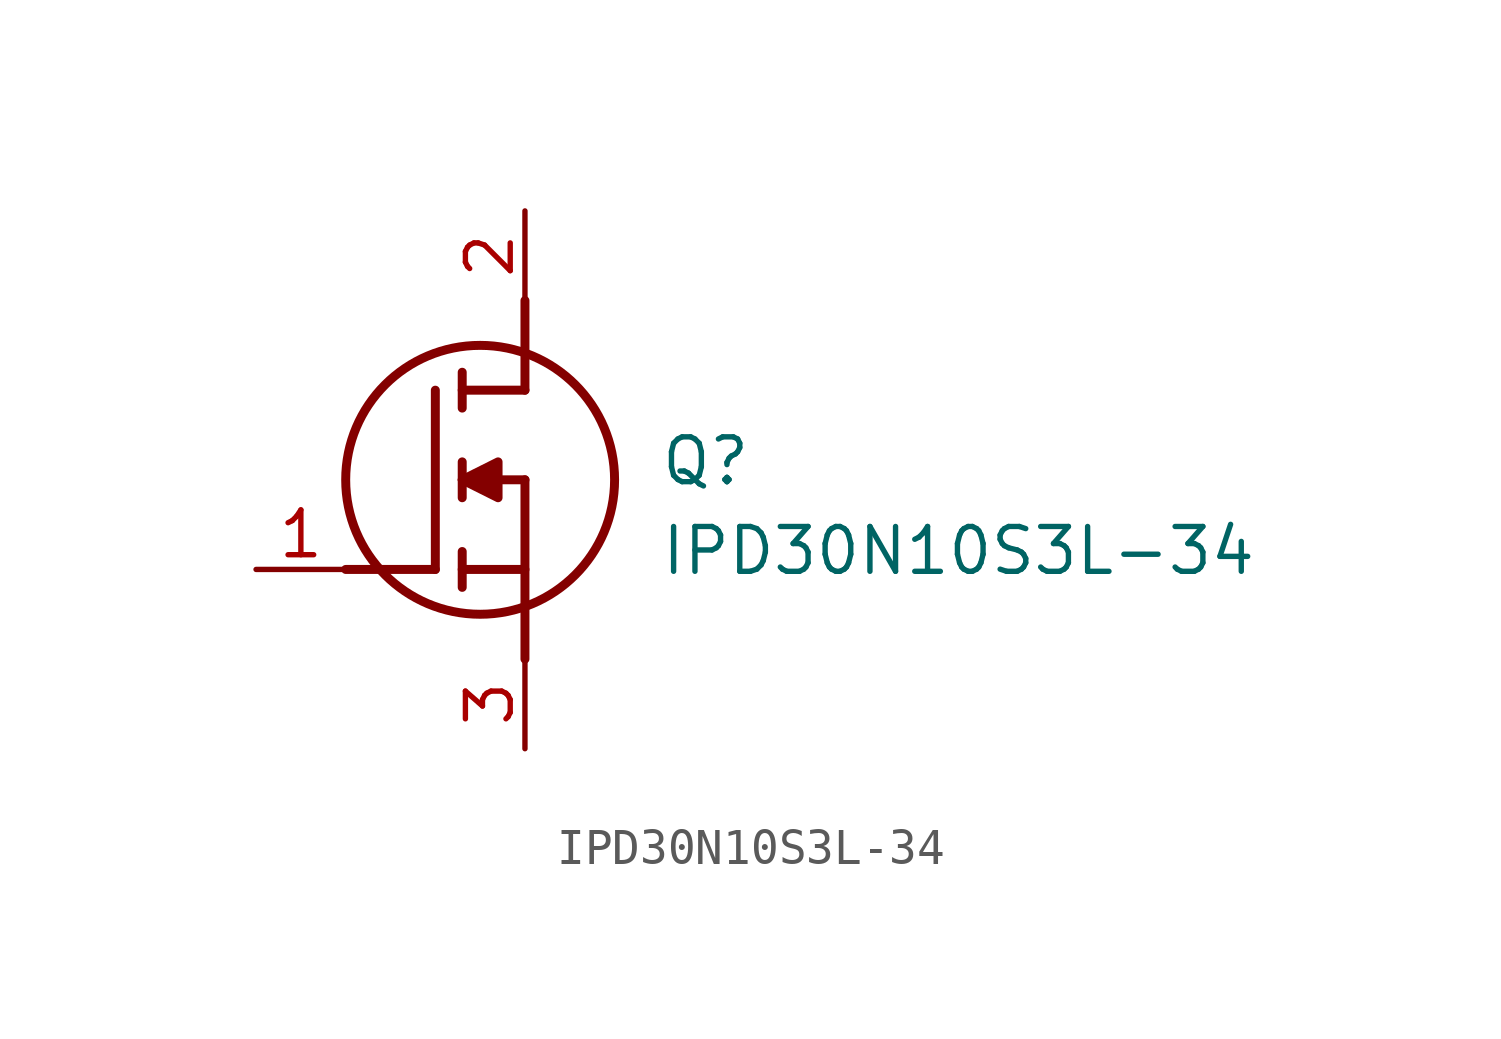
<source format=kicad_sym>
(kicad_symbol_lib
  (version 20211014)
  (generator SamacSys_ECAD_Model)
  (symbol "IPD30N10S3L-34"
    (pin_names hide)
    (property "Reference" "Q"
      (at 11.43 3.81 0)
      (effects (font (size 1.27 1.27)) (justify left top)))
    (property "Value" "IPD30N10S3L-34"
      (at 11.43 1.27 0)
      (effects (font (size 1.27 1.27)) (justify left top)))
    (polyline
      (pts (xy 7.62 2.54) (xy 7.62 -2.54))
      (stroke (width 0.254) (type default))
      (fill (type none)))
    (polyline
      (pts (xy 7.62 5.08) (xy 7.62 7.62))
      (stroke (width 0.254) (type default))
      (fill (type none)))
    (polyline
      (pts (xy 2.54 0) (xy 5.08 0))
      (stroke (width 0.254) (type default))
      (fill (type none)))
    (polyline
      (pts (xy 5.08 5.08) (xy 5.08 0))
      (stroke (width 0.254) (type default))
      (fill (type none)))
    (polyline
      (pts (xy 7.62 2.54) (xy 5.842 2.54))
      (stroke (width 0.254) (type default))
      (fill (type none)))
    (polyline
      (pts (xy 7.62 5.08) (xy 5.842 5.08))
      (stroke (width 0.254) (type default))
      (fill (type none)))
    (polyline
      (pts (xy 5.842 0) (xy 7.62 0))
      (stroke (width 0.254) (type default))
      (fill (type none)))
    (polyline
      (pts (xy 5.842 5.588) (xy 5.842 4.572))
      (stroke (width 0.254) (type default))
      (fill (type none)))
    (polyline
      (pts (xy 5.842 -0.508) (xy 5.842 0.508))
      (stroke (width 0.254) (type default))
      (fill (type none)))
    (polyline
      (pts (xy 5.842 2.032) (xy 5.842 3.048))
      (stroke (width 0.254) (type default))
      (fill (type none)))
    (circle
      (center 6.35 2.54)
      (radius 3.81)
      (stroke (width 0.254) (type default))
      (fill (type none)))
    (polyline
      (pts (xy 5.842 2.54) (xy 6.858 3.048) (xy 6.858 2.032) (xy 5.842 2.54))
      (stroke (width 0.254) (type default))
      (fill (type outline)))
    (pin passive line
      (at 0 0 0)
      (length 2.54)
      (name "G" (effects (font (size 1.27 1.27))))
      (number "1" (effects (font (size 1.27 1.27)))))
    (pin passive line
      (at 7.62 10.16 270)
      (length 2.54)
      (name "D" (effects (font (size 1.27 1.27))))
      (number "2" (effects (font (size 1.27 1.27)))))
    (pin passive line
      (at 7.62 -5.08 90)
      (length 2.54)
      (name "S" (effects (font (size 1.27 1.27))))
      (number "3" (effects (font (size 1.27 1.27)))))))
</source>
